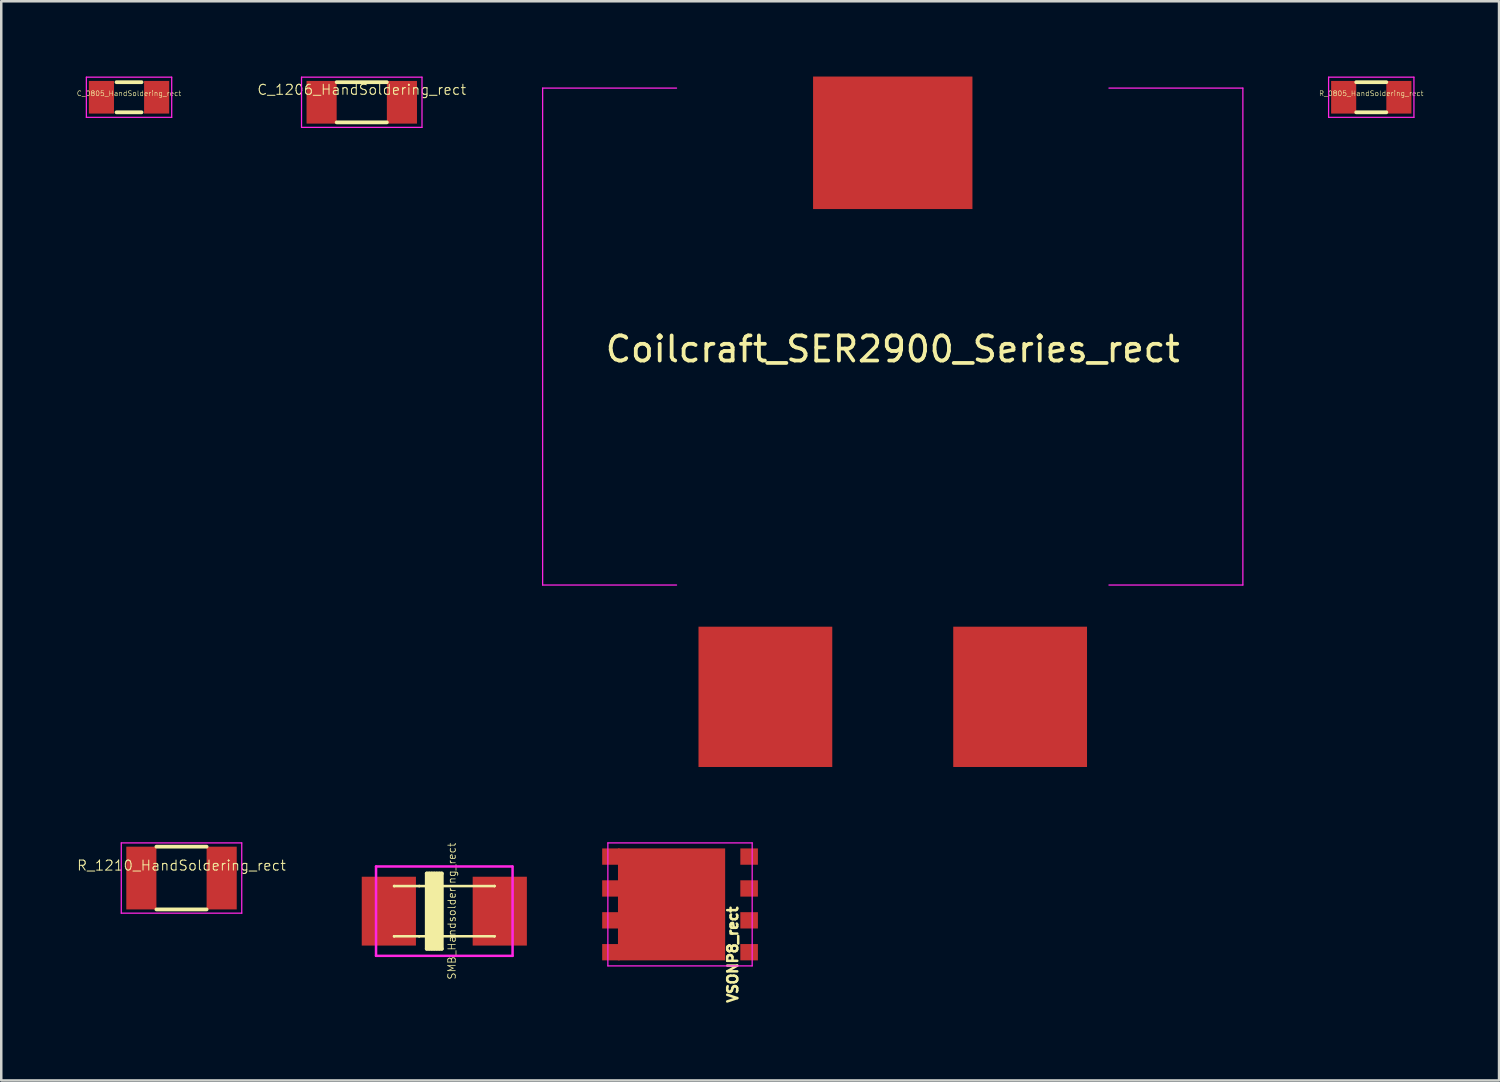
<source format=kicad_pcb>
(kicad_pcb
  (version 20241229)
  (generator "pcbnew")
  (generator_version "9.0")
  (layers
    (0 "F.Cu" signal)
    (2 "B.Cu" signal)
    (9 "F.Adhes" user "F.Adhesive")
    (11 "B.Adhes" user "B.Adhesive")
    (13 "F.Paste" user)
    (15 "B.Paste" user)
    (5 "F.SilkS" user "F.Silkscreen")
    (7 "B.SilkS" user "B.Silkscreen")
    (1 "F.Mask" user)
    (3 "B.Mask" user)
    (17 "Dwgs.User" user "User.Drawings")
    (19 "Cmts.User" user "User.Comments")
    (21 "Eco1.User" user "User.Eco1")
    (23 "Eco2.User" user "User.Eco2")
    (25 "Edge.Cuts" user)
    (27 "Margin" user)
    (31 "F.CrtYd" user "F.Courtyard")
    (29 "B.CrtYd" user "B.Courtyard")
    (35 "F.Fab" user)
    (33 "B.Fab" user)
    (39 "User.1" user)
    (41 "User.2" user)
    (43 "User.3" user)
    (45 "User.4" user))
  (footprint "VSONP8_rect"
    (layer "F.Cu")
    (at 24.045 32.985)
    (property "Reference" "VSONP8_rect" (at 2.1 2 90) (layer "F.SilkS") (effects (font (size 0.4 0.4) (thickness 0.1))))
    (attr through_hole)
    (fp_line (start -2.875 -2.45) (end 2.875 -2.45) (stroke (width 0.05) (type solid)) (layer "F.CrtYd"))
    (fp_line (start -2.875 2.45) (end -2.875 -2.45) (stroke (width 0.05) (type solid)) (layer "F.CrtYd"))
    (fp_line (start 2.875 -2.45) (end 2.875 2.45) (stroke (width 0.05) (type solid)) (layer "F.CrtYd"))
    (fp_line (start 2.875 2.45) (end -2.875 2.45) (stroke (width 0.05) (type solid)) (layer "F.CrtYd"))
    (pad "D" smd rect (at -2.752 -1.905) (size 0.7 0.65) (layers "F.Cu" "F.Mask" "F.Paste"))
    (pad "D" smd rect (at -2.752 -0.635) (size 0.7 0.65) (layers "F.Cu" "F.Mask" "F.Paste"))
    (pad "D" smd rect (at -2.752 0.635) (size 0.7 0.65) (layers "F.Cu" "F.Mask" "F.Paste"))
    (pad "D" smd rect (at -2.752 1.905) (size 0.7 0.65) (layers "F.Cu" "F.Mask" "F.Paste"))
    (pad "D" smd rect (at -0.337 0) (size 4.27 4.46) (layers "F.Cu" "F.Mask" "F.Paste"))
    (pad "G" smd rect (at 2.753 -1.905) (size 0.7 0.65) (layers "F.Cu" "F.Mask" "F.Paste"))
    (pad "S" smd rect (at 2.753 -0.635) (size 0.7 0.65) (layers "F.Cu" "F.Mask" "F.Paste"))
    (pad "S" smd rect (at 2.753 0.635) (size 0.7 0.65) (layers "F.Cu" "F.Mask" "F.Paste"))
    (pad "S" smd rect (at 2.753 1.905) (size 0.7 0.65) (layers "F.Cu" "F.Mask" "F.Paste")))
  (footprint "R_1210_HandSoldering_rect"
    (layer "F.Cu")
    (at 4.182 31.935)
    (property "Reference" "R_1210_HandSoldering_rect" (at 0 -0.5 0) (layer "F.SilkS") (effects (font (size 0.4 0.4) (thickness 0.04))))
    (attr smd)
    (fp_line (start -1 1.25) (end 1 1.25) (stroke (width 0.15) (type solid)) (layer "F.SilkS"))
    (fp_line (start 1 -1.25) (end -1 -1.25) (stroke (width 0.15) (type solid)) (layer "F.SilkS"))
    (fp_line (start -2.4 -1.4) (end -2.4 1.4) (stroke (width 0.05) (type solid)) (layer "F.CrtYd"))
    (fp_line (start -2.4 -1.4) (end 2.4 -1.4) (stroke (width 0.05) (type solid)) (layer "F.CrtYd"))
    (fp_line (start -2.4 1.4) (end 2.4 1.4) (stroke (width 0.05) (type solid)) (layer "F.CrtYd"))
    (fp_line (start 2.4 -1.4) (end 2.4 1.4) (stroke (width 0.05) (type solid)) (layer "F.CrtYd"))
    (pad "1" smd rect (at -1.6 0) (size 1.2 2.5) (layers "F.Cu" "F.Mask" "F.Paste"))
    (pad "2" smd rect (at 1.6 0) (size 1.2 2.5) (layers "F.Cu" "F.Mask" "F.Paste")))
  (footprint "R_0805_HandSoldering_rect"
    (layer "F.Cu")
    (at 51.587 0.825)
    (property "Reference" "R_0805_HandSoldering_rect" (at 0 -0.15 0) (layer "F.SilkS") (effects (font (size 0.2 0.2) (thickness 0.02))))
    (attr smd)
    (fp_line (start -0.6 -0.6) (end 0.6 -0.6) (stroke (width 0.15) (type solid)) (layer "F.SilkS"))
    (fp_line (start 0.6 0.6) (end -0.6 0.6) (stroke (width 0.15) (type solid)) (layer "F.SilkS"))
    (fp_line (start -1.7 -0.8) (end -1.7 0.8) (stroke (width 0.05) (type solid)) (layer "F.CrtYd"))
    (fp_line (start -1.7 -0.8) (end 1.7 -0.8) (stroke (width 0.05) (type solid)) (layer "F.CrtYd"))
    (fp_line (start -1.7 0.8) (end 1.7 0.8) (stroke (width 0.05) (type solid)) (layer "F.CrtYd"))
    (fp_line (start 1.7 -0.8) (end 1.7 0.8) (stroke (width 0.05) (type solid)) (layer "F.CrtYd"))
    (pad "1" smd rect (at -1.1 0) (size 1 1.3) (layers "F.Cu" "F.Mask" "F.Paste"))
    (pad "2" smd rect (at 1.1 0) (size 1 1.3) (layers "F.Cu" "F.Mask" "F.Paste")))
  (footprint "Coilcraft_SER2900_Series_rect"
    (layer "F.Cu")
    (at 32.521 10.36)
    (property "Reference" "Coilcraft_SER2900_Series_rect" (at 0 0.5 0) (layer "F.SilkS") (effects (font (size 1 1) (thickness 0.15))))
    (attr through_hole)
    (fp_line (start -13.95 -9.9) (end -13.95 9.9) (stroke (width 0.05) (type solid)) (layer "F.CrtYd"))
    (fp_line (start -13.95 -9.9) (end -8.615 -9.9) (stroke (width 0.05) (type solid)) (layer "F.CrtYd"))
    (fp_line (start -13.95 9.9) (end -8.615 9.9) (stroke (width 0.05) (type solid)) (layer "F.CrtYd"))
    (fp_line (start 13.95 -9.9) (end 8.615 -9.9) (stroke (width 0.05) (type solid)) (layer "F.CrtYd"))
    (fp_line (start 13.95 -9.9) (end 13.95 9.9) (stroke (width 0.05) (type solid)) (layer "F.CrtYd"))
    (fp_line (start 13.95 9.9) (end 8.615 9.9) (stroke (width 0.05) (type solid)) (layer "F.CrtYd"))
    (pad "" smd rect (at 0 -7.72) (size 6.35 5.28) (layers "F.Cu" "F.Mask" "F.Paste"))
    (pad "1" smd rect (at -5.075 14.355) (size 5.33 5.59) (layers "F.Cu" "F.Mask" "F.Paste"))
    (pad "2" smd rect (at 5.075 14.355) (size 5.33 5.59) (layers "F.Cu" "F.Mask" "F.Paste")))
  (footprint "SMB_Handsoldering_rect"
    (layer "F.Cu")
    (at 14.653 33.254)
    (property "Reference" "SMB_Handsoldering_rect" (at 0.3 0 90) (layer "F.SilkS") (effects (font (size 0.3 0.3) (thickness 0.03))))
    (attr smd)
    (fp_line (start -2 -1) (end -2 -1) (stroke (width 0.1) (type solid)) (layer "F.SilkS"))
    (fp_line (start -2 -1) (end -2 -1) (stroke (width 0.1) (type solid)) (layer "F.SilkS"))
    (fp_line (start -2 -1) (end 2 -1) (stroke (width 0.1) (type solid)) (layer "F.SilkS"))
    (fp_line (start -2 1) (end -2 1) (stroke (width 0.1) (type solid)) (layer "F.SilkS"))
    (fp_line (start -2 1) (end -2 1) (stroke (width 0.1) (type solid)) (layer "F.SilkS"))
    (fp_line (start -2 1) (end 2 1) (stroke (width 0.1) (type solid)) (layer "F.SilkS"))
    (fp_line (start -1 -1) (end -1 -1) (stroke (width 0.1) (type solid)) (layer "F.SilkS"))
    (fp_line (start -1 -1) (end -1 -1) (stroke (width 0.1) (type solid)) (layer "F.SilkS"))
    (fp_line (start -1 1) (end -1 1) (stroke (width 0.1) (type solid)) (layer "F.SilkS"))
    (fp_line (start -1 1) (end -1 1) (stroke (width 0.1) (type solid)) (layer "F.SilkS"))
    (fp_line (start -0.7 -1.5) (end -0.7 1.5) (stroke (width 0.15) (type solid)) (layer "F.SilkS"))
    (fp_line (start -0.7 -1.5) (end -0.1 -1.5) (stroke (width 0.15) (type solid)) (layer "F.SilkS"))
    (fp_line (start -0.7 1.5) (end -0.1 1.5) (stroke (width 0.15) (type solid)) (layer "F.SilkS"))
    (fp_line (start -0.6 1.5) (end -0.6 -1.5) (stroke (width 0.15) (type solid)) (layer "F.SilkS"))
    (fp_line (start -0.5 -1.5) (end -0.5 1.5) (stroke (width 0.15) (type solid)) (layer "F.SilkS"))
    (fp_line (start -0.4 1.5) (end -0.4 -1.5) (stroke (width 0.15) (type solid)) (layer "F.SilkS"))
    (fp_line (start -0.3 -1.5) (end -0.3 1.5) (stroke (width 0.15) (type solid)) (layer "F.SilkS"))
    (fp_line (start -0.2 1.5) (end -0.2 -1.5) (stroke (width 0.15) (type solid)) (layer "F.SilkS"))
    (fp_line (start -0.1 -1.5) (end -0.1 1.5) (stroke (width 0.15) (type solid)) (layer "F.SilkS"))
    (fp_line (start -0.1 -1) (end -0.1 1) (stroke (width 0.1) (type solid)) (layer "F.SilkS"))
    (fp_line (start -0.1 0) (end -0.1 -1) (stroke (width 0.1) (type solid)) (layer "F.SilkS"))
    (fp_line (start -0.1 0) (end -0.1 -1) (stroke (width 0.1) (type solid)) (layer "F.SilkS"))
    (fp_line (start -0.1 0) (end -0.1 1) (stroke (width 0.1) (type solid)) (layer "F.SilkS"))
    (fp_line (start -0.1 1) (end -0.1 0) (stroke (width 0.1) (type solid)) (layer "F.SilkS"))
    (fp_line (start 2 -1) (end 2 -1) (stroke (width 0.1) (type solid)) (layer "F.SilkS"))
    (fp_line (start 2 -1) (end 2 -1) (stroke (width 0.1) (type solid)) (layer "F.SilkS"))
    (fp_line (start 2 1) (end 2 1) (stroke (width 0.1) (type solid)) (layer "F.SilkS"))
    (fp_line (start 2 1) (end 2 1) (stroke (width 0.1) (type solid)) (layer "F.SilkS"))
    (fp_line (start -2.72 -1.78) (end 2.71 -1.78) (stroke (width 0.1) (type solid)) (layer "F.CrtYd"))
    (fp_line (start -2.72 1.78) (end -2.72 -1.78) (stroke (width 0.1) (type solid)) (layer "F.CrtYd"))
    (fp_line (start 2.72 -1.78) (end 2.72 1.78) (stroke (width 0.1) (type solid)) (layer "F.CrtYd"))
    (fp_line (start 2.72 1.78) (end -2.72 1.78) (stroke (width 0.1) (type solid)) (layer "F.CrtYd"))
    (pad "A" smd rect (at 2.21 0) (size 2.159 2.743) (layers "F.Cu" "F.Mask" "F.Paste"))
    (pad "C" smd rect (at -2.21 0) (size 2.159 2.743) (layers "F.Cu" "F.Mask" "F.Paste")))
  (footprint "C_0805_HandSoldering_rect"
    (layer "F.Cu")
    (at 2.091 0.825)
    (property "Reference" "C_0805_HandSoldering_rect" (at 0 -0.15 0) (layer "F.SilkS") (effects (font (size 0.2 0.2) (thickness 0.02))))
    (attr smd)
    (fp_line (start -0.5 0.6) (end 0.5 0.6) (stroke (width 0.15) (type solid)) (layer "F.SilkS"))
    (fp_line (start 0.5 -0.6) (end -0.5 -0.6) (stroke (width 0.15) (type solid)) (layer "F.SilkS"))
    (fp_line (start -1.7 -0.8) (end -1.7 0.8) (stroke (width 0.05) (type solid)) (layer "F.CrtYd"))
    (fp_line (start -1.7 -0.8) (end 1.7 -0.8) (stroke (width 0.05) (type solid)) (layer "F.CrtYd"))
    (fp_line (start -1.7 0.8) (end 1.7 0.8) (stroke (width 0.05) (type solid)) (layer "F.CrtYd"))
    (fp_line (start 1.7 -0.8) (end 1.7 0.8) (stroke (width 0.05) (type solid)) (layer "F.CrtYd"))
    (pad "1" smd rect (at -1.1 0) (size 1 1.3) (layers "F.Cu" "F.Mask" "F.Paste"))
    (pad "2" smd rect (at 1.1 0) (size 1 1.3) (layers "F.Cu" "F.Mask" "F.Paste")))
  (footprint "C_1206_HandSoldering_rect"
    (layer "F.Cu")
    (at 11.364 1.025)
    (property "Reference" "C_1206_HandSoldering_rect" (at 0 -0.5 0) (layer "F.SilkS") (effects (font (size 0.4 0.4) (thickness 0.04))))
    (attr smd)
    (fp_line (start -1 0.8) (end 1 0.8) (stroke (width 0.15) (type solid)) (layer "F.SilkS"))
    (fp_line (start 1 -0.8) (end -1 -0.8) (stroke (width 0.15) (type solid)) (layer "F.SilkS"))
    (fp_line (start -2.4 -1) (end -2.4 1) (stroke (width 0.05) (type solid)) (layer "F.CrtYd"))
    (fp_line (start -2.4 -1) (end 2.4 -1) (stroke (width 0.05) (type solid)) (layer "F.CrtYd"))
    (fp_line (start -2.4 1) (end 2.4 1) (stroke (width 0.05) (type solid)) (layer "F.CrtYd"))
    (fp_line (start 2.4 -1) (end 2.4 1) (stroke (width 0.05) (type solid)) (layer "F.CrtYd"))
    (pad "1" smd rect (at -1.6 0) (size 1.2 1.7) (layers "F.Cu" "F.Mask" "F.Paste"))
    (pad "2" smd rect (at 1.6 0) (size 1.2 1.7) (layers "F.Cu" "F.Mask" "F.Paste")))
  (gr_rect
    (start -3 -3)
    (end 56.678 40)
    (stroke (width 0.1) (type default))
    (fill no)
    (layer "Edge.Cuts")))
</source>
